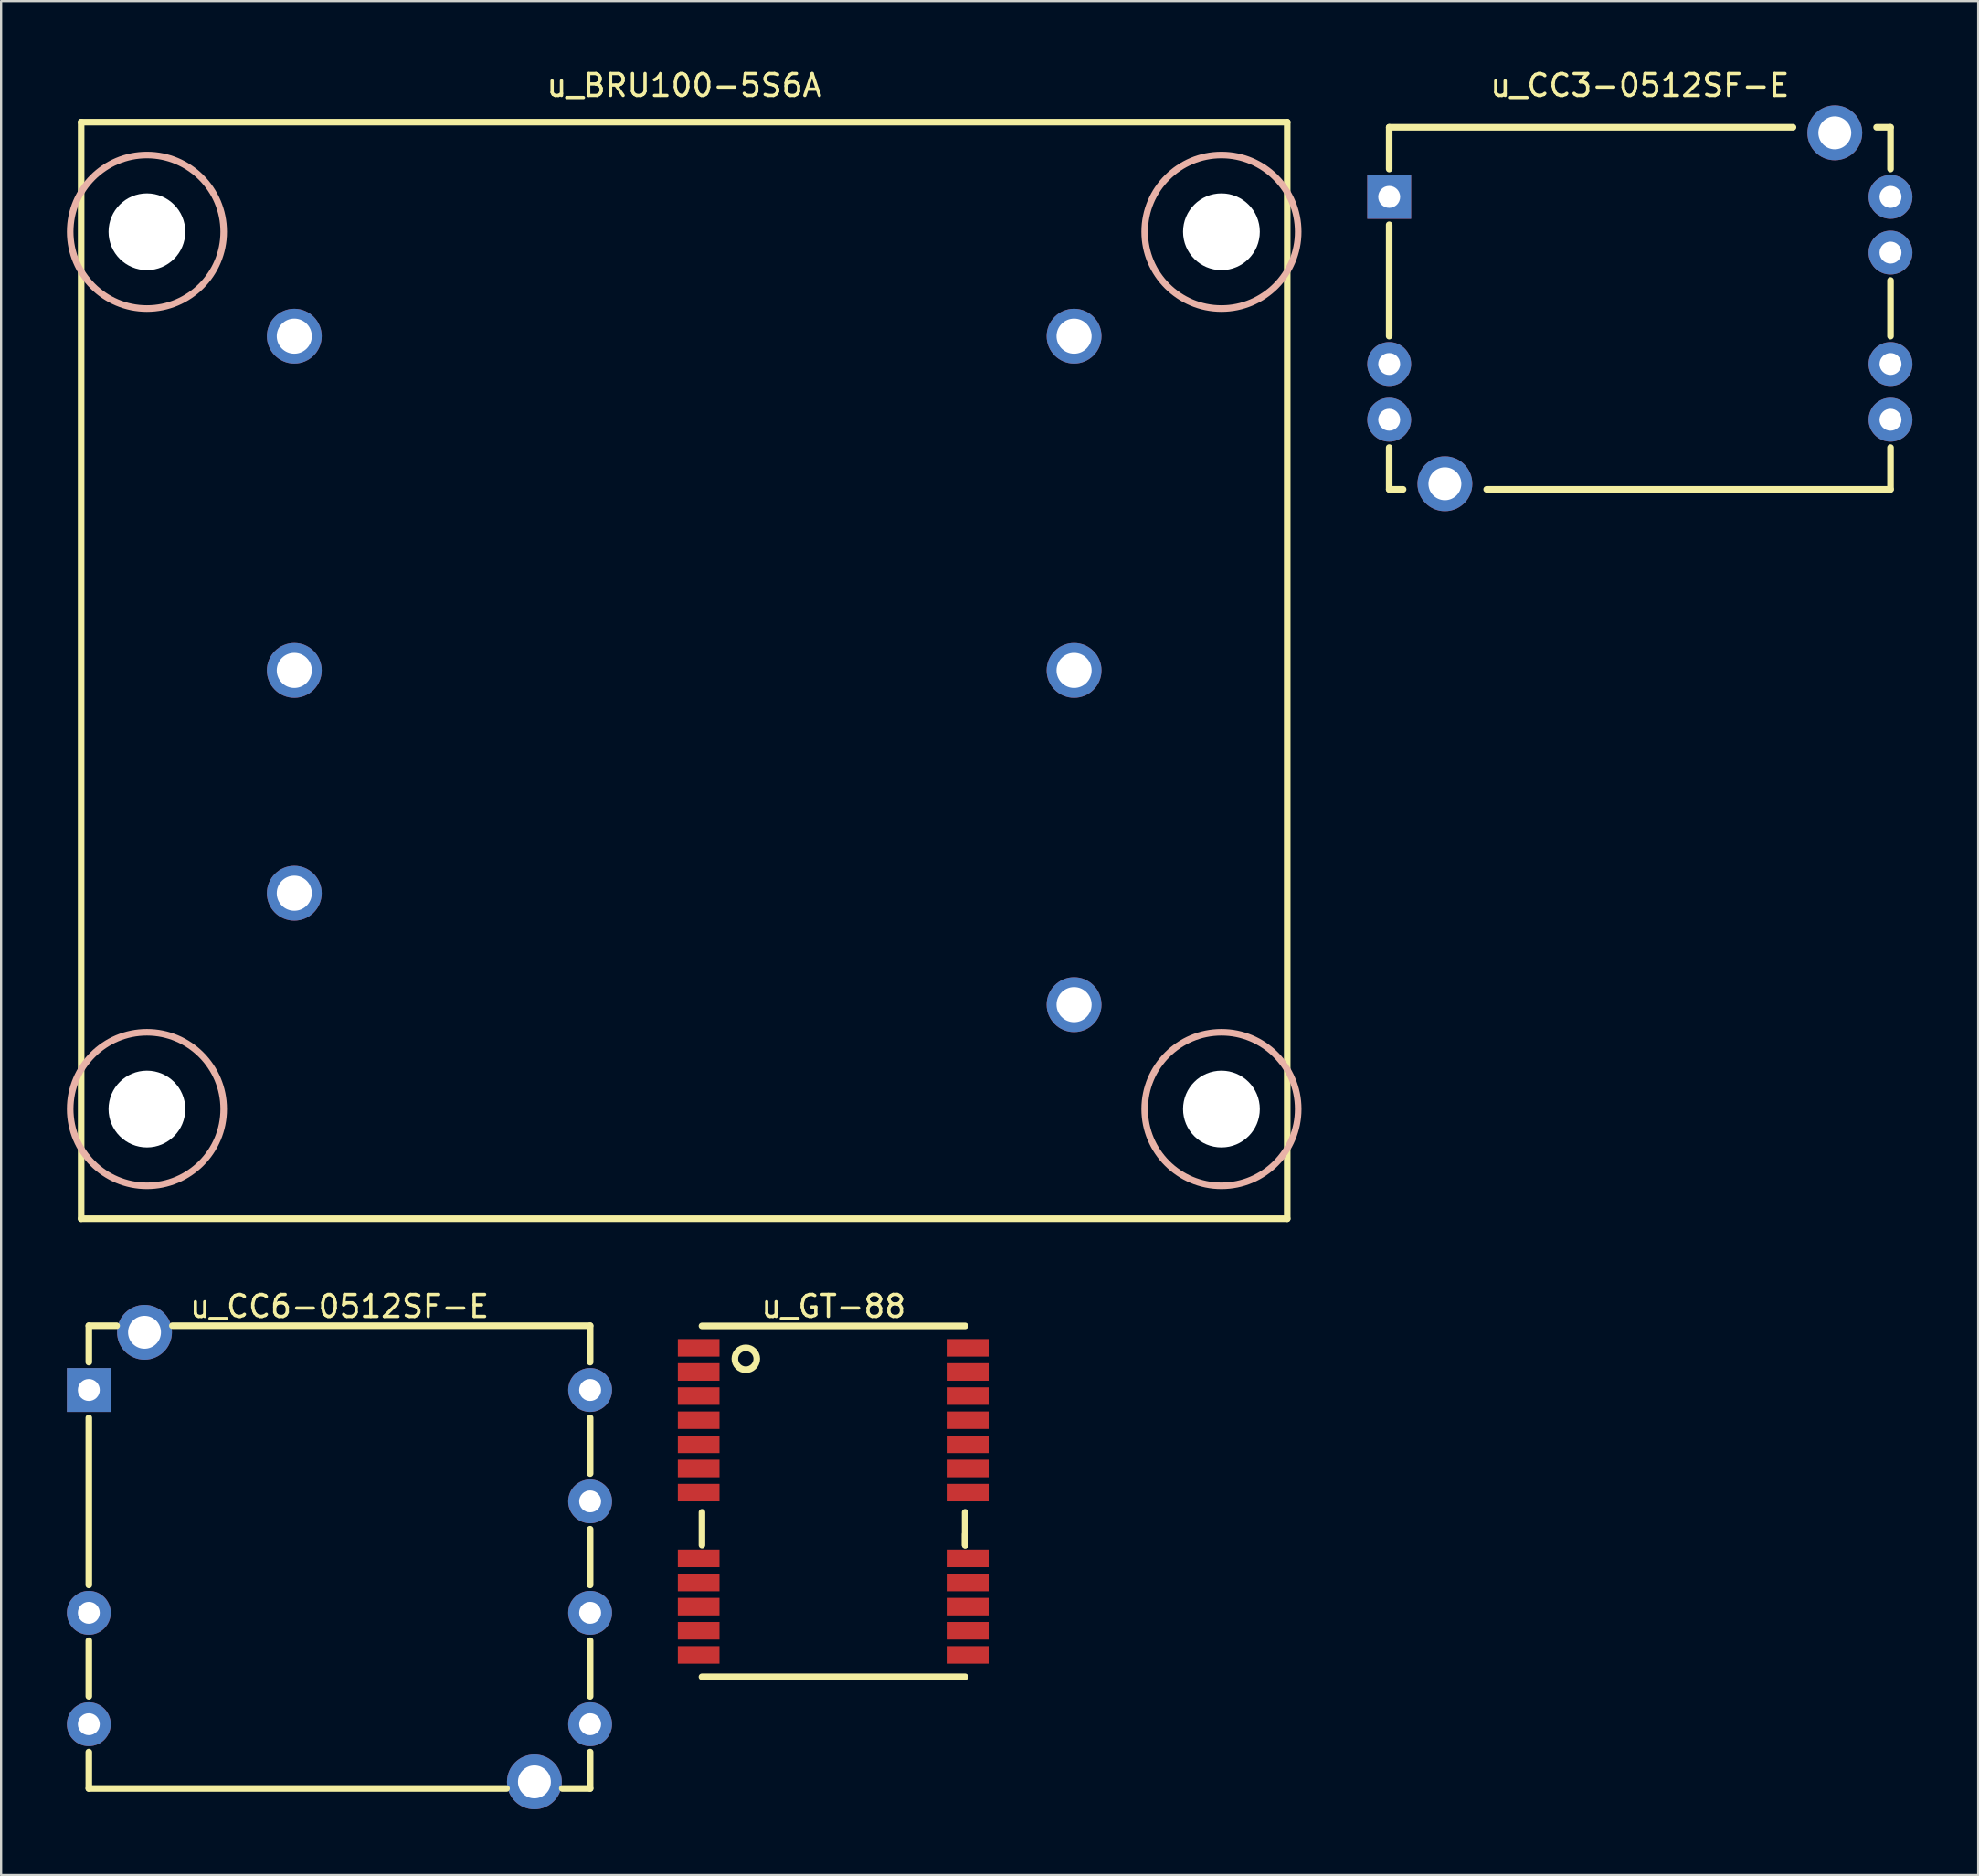
<source format=kicad_pcb>
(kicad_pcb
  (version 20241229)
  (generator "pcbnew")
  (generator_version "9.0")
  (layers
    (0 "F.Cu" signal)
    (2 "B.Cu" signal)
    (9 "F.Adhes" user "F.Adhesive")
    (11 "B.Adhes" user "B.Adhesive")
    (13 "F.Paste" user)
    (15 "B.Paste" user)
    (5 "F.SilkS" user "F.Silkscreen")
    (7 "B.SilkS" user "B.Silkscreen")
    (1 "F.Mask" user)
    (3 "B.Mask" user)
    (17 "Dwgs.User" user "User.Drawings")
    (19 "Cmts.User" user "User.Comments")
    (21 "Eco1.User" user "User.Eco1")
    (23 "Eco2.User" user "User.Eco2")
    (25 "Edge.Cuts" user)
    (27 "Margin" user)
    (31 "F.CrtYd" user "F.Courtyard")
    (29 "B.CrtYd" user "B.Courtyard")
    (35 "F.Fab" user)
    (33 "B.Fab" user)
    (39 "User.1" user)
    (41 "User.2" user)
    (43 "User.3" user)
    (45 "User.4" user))
  (footprint "u_BRU100-5S6A"
    (layer "F.Cu")
    (at 28.15 27.518)
    (property "Reference" "u_BRU100-5S6A" (at 0 -26.67 0) (layer "F.SilkS") (effects (font (size 1 1) (thickness 0.15))))
    (attr through_hole)
    (fp_line (start -27.5 -25) (end -27.5 25) (stroke (width 0.3) (type solid)) (layer "F.SilkS"))
    (fp_line (start -27.5 25) (end 27.5 25) (stroke (width 0.3) (type solid)) (layer "F.SilkS"))
    (fp_line (start 27.5 -25) (end -27.5 -25) (stroke (width 0.3) (type solid)) (layer "F.SilkS"))
    (fp_line (start 27.5 25) (end 27.5 -25) (stroke (width 0.3) (type solid)) (layer "F.SilkS"))
    (fp_circle (center -24.5 -20) (end -28 -20) (stroke (width 0.3) (type solid)) (fill no) (layer "B.SilkS"))
    (fp_circle (center -24.5 20) (end -28 20) (stroke (width 0.3) (type solid)) (fill no) (layer "B.SilkS"))
    (fp_circle (center 24.5 -20) (end 28 -20) (stroke (width 0.3) (type solid)) (fill no) (layer "B.SilkS"))
    (fp_circle (center 24.5 20) (end 28 20) (stroke (width 0.3) (type solid)) (fill no) (layer "B.SilkS"))
    (pad "" np_thru_hole circle (at -24.5 -20) (size 3.5 3.5) (drill 3.5) (layers "*.Cu" "*.Mask"))
    (pad "" np_thru_hole circle (at -24.5 20) (size 3.5 3.5) (drill 3.5) (layers "*.Cu" "*.Mask"))
    (pad "" np_thru_hole circle (at 24.5 -20) (size 3.5 3.5) (drill 3.5) (layers "*.Cu" "*.Mask"))
    (pad "" np_thru_hole circle (at 24.5 20) (size 3.5 3.5) (drill 3.5) (layers "*.Cu" "*.Mask"))
    (pad "1" thru_hole circle (at -17.78 -15.24) (size 2.5 2.5) (drill 1.6) (layers "*.Mask" "B.Cu"))
    (pad "2" thru_hole circle (at -17.78 0) (size 2.5 2.5) (drill 1.6) (layers "*.Mask" "B.Cu"))
    (pad "3" thru_hole circle (at -17.78 10.16) (size 2.5 2.5) (drill 1.6) (layers "*.Mask" "B.Cu"))
    (pad "4" thru_hole circle (at 17.78 -15.24) (size 2.5 2.5) (drill 1.6) (layers "*.Mask" "B.Cu"))
    (pad "5" thru_hole circle (at 17.78 0) (size 2.5 2.5) (drill 1.6) (layers "*.Mask" "B.Cu"))
    (pad "6" thru_hole circle (at 17.78 15.24) (size 2.5 2.5) (drill 1.6) (layers "*.Mask" "B.Cu")))
  (footprint "u_CC6-0512SF-E"
    (layer "F.Cu")
    (at 12.43 67.947)
    (property "Reference" "u_CC6-0512SF-E" (at 0 -11.43 0) (layer "F.SilkS") (effects (font (size 1 1) (thickness 0.15))))
    (attr through_hole)
    (fp_line (start -11.43 -10.55) (end -11.43 -8.89) (stroke (width 0.3) (type solid)) (layer "F.SilkS"))
    (fp_line (start -11.43 -6.35) (end -11.43 1.27) (stroke (width 0.3) (type solid)) (layer "F.SilkS"))
    (fp_line (start -11.43 3.81) (end -11.43 6.35) (stroke (width 0.3) (type solid)) (layer "F.SilkS"))
    (fp_line (start -11.43 8.89) (end -11.43 10.55) (stroke (width 0.3) (type solid)) (layer "F.SilkS"))
    (fp_line (start -11.43 10.55) (end 7.62 10.55) (stroke (width 0.3) (type solid)) (layer "F.SilkS"))
    (fp_line (start -10.16 -10.55) (end -11.43 -10.55) (stroke (width 0.3) (type solid)) (layer "F.SilkS"))
    (fp_line (start 10.16 10.55) (end 11.43 10.55) (stroke (width 0.3) (type solid)) (layer "F.SilkS"))
    (fp_line (start 11.43 -10.55) (end -7.62 -10.55) (stroke (width 0.3) (type solid)) (layer "F.SilkS"))
    (fp_line (start 11.43 -8.89) (end 11.43 -10.55) (stroke (width 0.3) (type solid)) (layer "F.SilkS"))
    (fp_line (start 11.43 -3.81) (end 11.43 -6.35) (stroke (width 0.3) (type solid)) (layer "F.SilkS"))
    (fp_line (start 11.43 1.27) (end 11.43 -1.27) (stroke (width 0.3) (type solid)) (layer "F.SilkS"))
    (fp_line (start 11.43 6.35) (end 11.43 3.81) (stroke (width 0.3) (type solid)) (layer "F.SilkS"))
    (fp_line (start 11.43 10.55) (end 11.43 8.89) (stroke (width 0.3) (type solid)) (layer "F.SilkS"))
    (pad "1" thru_hole rect (at -11.43 -7.62) (size 2 2) (drill 1) (layers "*.Cu" "*.Mask"))
    (pad "2" thru_hole circle (at -11.43 2.54) (size 2 2) (drill 1) (layers "*.Cu" "*.Mask"))
    (pad "3" thru_hole circle (at -11.43 7.62) (size 2 2) (drill 1) (layers "*.Cu" "*.Mask"))
    (pad "4" thru_hole circle (at 11.43 7.62) (size 2 2) (drill 1) (layers "*.Cu" "*.Mask"))
    (pad "5" thru_hole circle (at 11.43 2.54) (size 2 2) (drill 1) (layers "*.Cu" "*.Mask"))
    (pad "6" thru_hole circle (at 11.43 -2.54) (size 2 2) (drill 1) (layers "*.Cu" "*.Mask"))
    (pad "7" thru_hole circle (at 11.43 -7.62) (size 2 2) (drill 1) (layers "*.Cu" "*.Mask"))
    (pad "8" thru_hole circle (at 8.89 10.25) (size 2.5 2.5) (drill 1.5) (layers "*.Cu" "*.Mask"))
    (pad "9" thru_hole circle (at -8.89 -10.25) (size 2.5 2.5) (drill 1.5) (layers "*.Cu" "*.Mask")))
  (footprint "u_CC3-0512SF-E"
    (layer "F.Cu")
    (at 71.73 11.008)
    (property "Reference" "u_CC3-0512SF-E" (at 0 -10.16 0) (layer "F.SilkS") (effects (font (size 1 1) (thickness 0.15))))
    (attr through_hole)
    (fp_line (start -11.43 -8.255) (end -11.43 -6.35) (stroke (width 0.3) (type solid)) (layer "F.SilkS"))
    (fp_line (start -11.43 -3.81) (end -11.43 1.27) (stroke (width 0.3) (type solid)) (layer "F.SilkS"))
    (fp_line (start -11.43 6.35) (end -11.43 8.255) (stroke (width 0.3) (type solid)) (layer "F.SilkS"))
    (fp_line (start -11.43 8.255) (end -10.795 8.255) (stroke (width 0.3) (type solid)) (layer "F.SilkS"))
    (fp_line (start -6.985 8.255) (end 11.43 8.255) (stroke (width 0.3) (type solid)) (layer "F.SilkS"))
    (fp_line (start 6.985 -8.255) (end -11.43 -8.255) (stroke (width 0.3) (type solid)) (layer "F.SilkS"))
    (fp_line (start 11.43 -8.255) (end 10.795 -8.255) (stroke (width 0.3) (type solid)) (layer "F.SilkS"))
    (fp_line (start 11.43 -6.35) (end 11.43 -8.255) (stroke (width 0.3) (type solid)) (layer "F.SilkS"))
    (fp_line (start 11.43 1.27) (end 11.43 -1.27) (stroke (width 0.3) (type solid)) (layer "F.SilkS"))
    (fp_line (start 11.43 8.255) (end 11.43 6.35) (stroke (width 0.3) (type solid)) (layer "F.SilkS"))
    (pad "1" thru_hole rect (at -11.43 -5.08) (size 2 2) (drill 1) (layers "*.Cu" "*.Mask"))
    (pad "2" thru_hole circle (at -11.43 2.54) (size 2 2) (drill 1) (layers "*.Cu" "*.Mask"))
    (pad "3" thru_hole circle (at -11.43 5.08) (size 2 2) (drill 1) (layers "*.Cu" "*.Mask"))
    (pad "4" thru_hole circle (at 11.43 5.08) (size 2 2) (drill 1) (layers "*.Cu" "*.Mask"))
    (pad "5" thru_hole circle (at 11.43 2.54) (size 2 2) (drill 1) (layers "*.Cu" "*.Mask"))
    (pad "6" thru_hole circle (at 11.43 -2.54) (size 2 2) (drill 1) (layers "*.Cu" "*.Mask"))
    (pad "7" thru_hole circle (at 11.43 -5.08) (size 2 2) (drill 1) (layers "*.Cu" "*.Mask"))
    (pad "8" thru_hole circle (at -8.89 8) (size 2.5 2.5) (drill 1.5) (layers "*.Cu" "*.Mask"))
    (pad "9" thru_hole circle (at 8.89 -8) (size 2.5 2.5) (drill 1.5) (layers "*.Cu" "*.Mask")))
  (footprint "u_GT-88"
    (layer "F.Cu")
    (at 34.96 65.406)
    (property "Reference" "u_GT-88" (at 0 -8.89 0) (layer "F.SilkS") (effects (font (size 1 1) (thickness 0.15))))
    (attr through_hole)
    (fp_line (start -6 -8) (end 6 -8) (stroke (width 0.3) (type solid)) (layer "F.SilkS"))
    (fp_line (start -6 0.5) (end -6 2) (stroke (width 0.3) (type solid)) (layer "F.SilkS"))
    (fp_line (start -6 8) (end 6 8) (stroke (width 0.3) (type solid)) (layer "F.SilkS"))
    (fp_line (start 6 0.5) (end 6 2) (stroke (width 0.3) (type solid)) (layer "F.SilkS"))
    (fp_line (start 6 2) (end 6 1.5) (stroke (width 0.3) (type solid)) (layer "F.SilkS"))
    (fp_circle (center -4 -6.5) (end -3.5 -6.5) (stroke (width 0.3) (type solid)) (fill no) (layer "F.SilkS"))
    (pad "1" smd rect (at -6.15 -7) (size 1.9 0.8) (layers "F.Cu" "F.Mask" "F.Paste"))
    (pad "2" smd rect (at -6.15 -5.9) (size 1.9 0.8) (layers "F.Cu" "F.Mask" "F.Paste"))
    (pad "3" smd rect (at -6.15 -4.8) (size 1.9 0.8) (layers "F.Cu" "F.Mask" "F.Paste"))
    (pad "4" smd rect (at -6.15 -3.7) (size 1.9 0.8) (layers "F.Cu" "F.Mask" "F.Paste"))
    (pad "5" smd rect (at -6.15 -2.6) (size 1.9 0.8) (layers "F.Cu" "F.Mask" "F.Paste"))
    (pad "6" smd rect (at -6.15 -1.5) (size 1.9 0.8) (layers "F.Cu" "F.Mask" "F.Paste"))
    (pad "7" smd rect (at -6.15 -0.4) (size 1.9 0.8) (layers "F.Cu" "F.Mask" "F.Paste"))
    (pad "8" smd rect (at -6.15 2.6) (size 1.9 0.8) (layers "F.Cu" "F.Mask" "F.Paste"))
    (pad "9" smd rect (at -6.15 3.7) (size 1.9 0.8) (layers "F.Cu" "F.Mask" "F.Paste"))
    (pad "10" smd rect (at -6.15 4.8) (size 1.9 0.8) (layers "F.Cu" "F.Mask" "F.Paste"))
    (pad "11" smd rect (at -6.15 5.9) (size 1.9 0.8) (layers "F.Cu" "F.Mask" "F.Paste"))
    (pad "12" smd rect (at -6.15 7) (size 1.9 0.8) (layers "F.Cu" "F.Mask" "F.Paste"))
    (pad "13" smd rect (at 6.15 7) (size 1.9 0.8) (layers "F.Cu" "F.Mask" "F.Paste"))
    (pad "14" smd rect (at 6.15 5.9) (size 1.9 0.8) (layers "F.Cu" "F.Mask" "F.Paste"))
    (pad "15" smd rect (at 6.15 4.8) (size 1.9 0.8) (layers "F.Cu" "F.Mask" "F.Paste"))
    (pad "16" smd rect (at 6.15 3.7) (size 1.9 0.8) (layers "F.Cu" "F.Mask" "F.Paste"))
    (pad "17" smd rect (at 6.15 2.6) (size 1.9 0.8) (layers "F.Cu" "F.Mask" "F.Paste"))
    (pad "18" smd rect (at 6.15 -0.4) (size 1.9 0.8) (layers "F.Cu" "F.Mask" "F.Paste"))
    (pad "19" smd rect (at 6.15 -1.5) (size 1.9 0.8) (layers "F.Cu" "F.Mask" "F.Paste"))
    (pad "20" smd rect (at 6.15 -2.6) (size 1.9 0.8) (layers "F.Cu" "F.Mask" "F.Paste"))
    (pad "21" smd rect (at 6.15 -3.7) (size 1.9 0.8) (layers "F.Cu" "F.Mask" "F.Paste"))
    (pad "22" smd rect (at 6.15 -4.8) (size 1.9 0.8) (layers "F.Cu" "F.Mask" "F.Paste"))
    (pad "23" smd rect (at 6.15 -5.9) (size 1.9 0.8) (layers "F.Cu" "F.Mask" "F.Paste"))
    (pad "24" smd rect (at 6.15 -7) (size 1.9 0.8) (layers "F.Cu" "F.Mask" "F.Paste")))
  (gr_rect
    (start -3 -3)
    (end 87.16 82.447)
    (stroke (width 0.1) (type default))
    (fill no)
    (layer "Edge.Cuts")))
</source>
